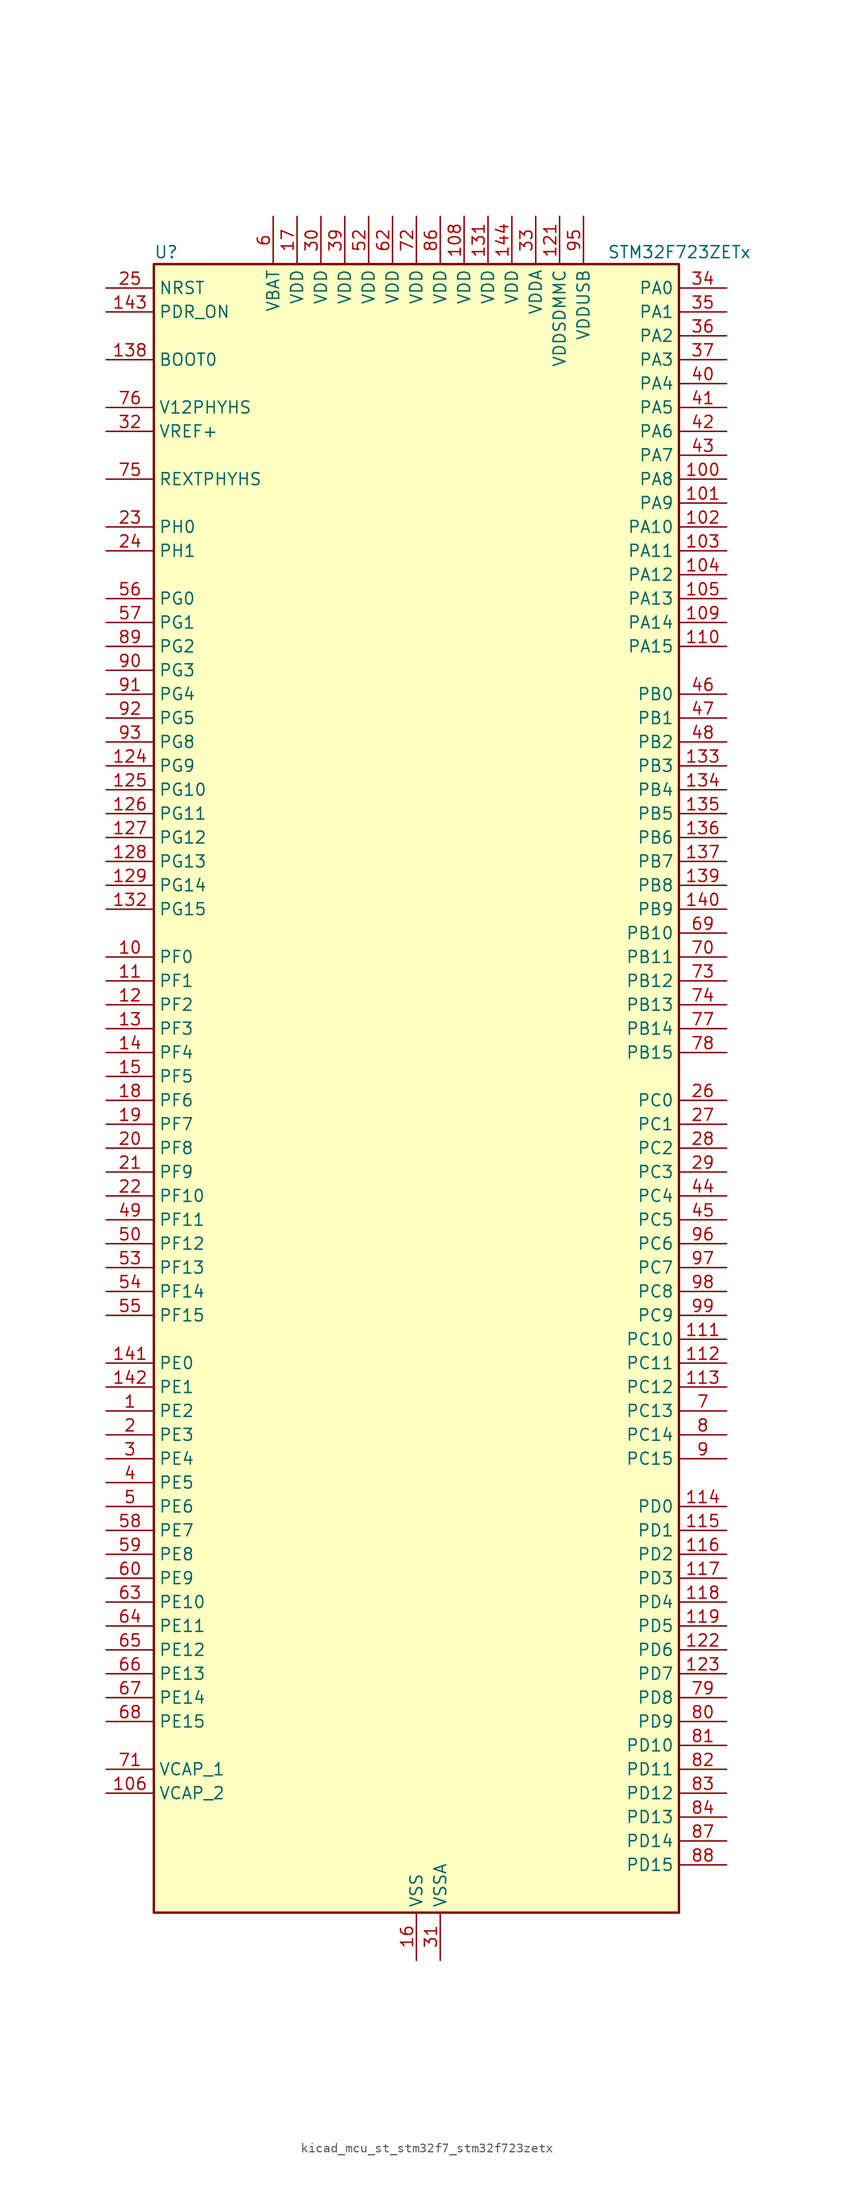
<source format=kicad_sym>
(kicad_symbol_lib
  (version 20220914)
  (generator kicad_symbol_editor)
  (symbol "kicad_mcu_st_stm32f7_stm32f723zetx"
    (property "Reference" "U"
      (at -27.94 90.17 0)
      (effects (font (size 1.27 1.27)) (justify left)))
    (property "Value" "STM32F723ZETx"
      (at 20.32 90.17 0)
      (effects (font (size 1.27 1.27)) (justify left)))
    (property "ki_locked" ""
      (at 0 0 0)
      (effects (font (size 1.27 1.27))))
    (symbol "kicad_mcu_st_stm32f7_stm32f723zetx_0_1"
      (rectangle (start -27.94 -86.36) (end 27.94 88.9) (stroke (width 0.254) (type default)) (fill (type background))))
    (symbol "kicad_mcu_st_stm32f7_stm32f723zetx_1_1"
      (pin bidirectional line (at -33.02 -33.02 0) (length 5.08) (name "PE2" (effects (font (size 1.27 1.27)))) (number "1" (effects (font (size 1.27 1.27)))) (alternate "FMC_A23" bidirectional line) (alternate "QUADSPI_BK1_IO2" bidirectional line) (alternate "SAI1_MCLK_A" bidirectional line) (alternate "SPI4_SCK" bidirectional line) (alternate "SYS_TRACECLK" bidirectional line))
      (pin bidirectional line (at -33.02 15.24 0) (length 5.08) (name "PF0" (effects (font (size 1.27 1.27)))) (number "10" (effects (font (size 1.27 1.27)))) (alternate "FMC_A0" bidirectional line) (alternate "I2C2_SDA" bidirectional line))
      (pin bidirectional line (at 33.02 66.04 180) (length 5.08) (name "PA8" (effects (font (size 1.27 1.27)))) (number "100" (effects (font (size 1.27 1.27)))) (alternate "I2C3_SCL" bidirectional line) (alternate "RCC_MCO_1" bidirectional line) (alternate "TIM1_CH1" bidirectional line) (alternate "TIM8_BKIN2" bidirectional line) (alternate "USART1_CK" bidirectional line) (alternate "USB_OTG_FS_SOF" bidirectional line))
      (pin bidirectional line (at 33.02 63.5 180) (length 5.08) (name "PA9" (effects (font (size 1.27 1.27)))) (number "101" (effects (font (size 1.27 1.27)))) (alternate "DAC_EXTI9" bidirectional line) (alternate "I2C3_SMBA" bidirectional line) (alternate "I2S2_CK" bidirectional line) (alternate "SPI2_SCK" bidirectional line) (alternate "TIM1_CH2" bidirectional line) (alternate "USART1_TX" bidirectional line) (alternate "USB_OTG_FS_VBUS" bidirectional line))
      (pin bidirectional line (at 33.02 60.96 180) (length 5.08) (name "PA10" (effects (font (size 1.27 1.27)))) (number "102" (effects (font (size 1.27 1.27)))) (alternate "TIM1_CH3" bidirectional line) (alternate "USART1_RX" bidirectional line) (alternate "USB_OTG_FS_ID" bidirectional line))
      (pin bidirectional line (at 33.02 58.42 180) (length 5.08) (name "PA11" (effects (font (size 1.27 1.27)))) (number "103" (effects (font (size 1.27 1.27)))) (alternate "ADC1_EXTI11" bidirectional line) (alternate "ADC2_EXTI11" bidirectional line) (alternate "ADC3_EXTI11" bidirectional line) (alternate "CAN1_RX" bidirectional line) (alternate "TIM1_CH4" bidirectional line) (alternate "USART1_CTS" bidirectional line) (alternate "USB_OTG_FS_DM" bidirectional line))
      (pin bidirectional line (at 33.02 55.88 180) (length 5.08) (name "PA12" (effects (font (size 1.27 1.27)))) (number "104" (effects (font (size 1.27 1.27)))) (alternate "CAN1_TX" bidirectional line) (alternate "SAI2_FS_B" bidirectional line) (alternate "TIM1_ETR" bidirectional line) (alternate "USART1_DE" bidirectional line) (alternate "USART1_RTS" bidirectional line) (alternate "USB_OTG_FS_DP" bidirectional line))
      (pin bidirectional line (at 33.02 53.34 180) (length 5.08) (name "PA13" (effects (font (size 1.27 1.27)))) (number "105" (effects (font (size 1.27 1.27)))) (alternate "SYS_JTMS-SWDIO" bidirectional line))
      (pin power_out line (at -33.02 -73.66 0) (length 5.08) (name "VCAP_2" (effects (font (size 1.27 1.27)))) (number "106" (effects (font (size 1.27 1.27)))))
      (pin passive line (at 0 -91.44 90) (length 5.08) hide (name "VSS" (effects (font (size 1.27 1.27)))) (number "107" (effects (font (size 1.27 1.27)))))
      (pin power_in line (at 5.08 93.98 270) (length 5.08) (name "VDD" (effects (font (size 1.27 1.27)))) (number "108" (effects (font (size 1.27 1.27)))))
      (pin bidirectional line (at 33.02 50.8 180) (length 5.08) (name "PA14" (effects (font (size 1.27 1.27)))) (number "109" (effects (font (size 1.27 1.27)))) (alternate "SYS_JTCK-SWCLK" bidirectional line))
      (pin bidirectional line (at -33.02 12.7 0) (length 5.08) (name "PF1" (effects (font (size 1.27 1.27)))) (number "11" (effects (font (size 1.27 1.27)))) (alternate "FMC_A1" bidirectional line) (alternate "I2C2_SCL" bidirectional line))
      (pin bidirectional line (at 33.02 48.26 180) (length 5.08) (name "PA15" (effects (font (size 1.27 1.27)))) (number "110" (effects (font (size 1.27 1.27)))) (alternate "I2S1_WS" bidirectional line) (alternate "I2S3_WS" bidirectional line) (alternate "SPI1_NSS" bidirectional line) (alternate "SPI3_NSS" bidirectional line) (alternate "SYS_JTDI" bidirectional line) (alternate "TIM2_CH1" bidirectional line) (alternate "TIM2_ETR" bidirectional line) (alternate "UART4_DE" bidirectional line) (alternate "UART4_RTS" bidirectional line))
      (pin bidirectional line (at 33.02 -25.4 180) (length 5.08) (name "PC10" (effects (font (size 1.27 1.27)))) (number "111" (effects (font (size 1.27 1.27)))) (alternate "I2S3_CK" bidirectional line) (alternate "QUADSPI_BK1_IO1" bidirectional line) (alternate "SDMMC1_D2" bidirectional line) (alternate "SPI3_SCK" bidirectional line) (alternate "UART4_TX" bidirectional line) (alternate "USART3_TX" bidirectional line))
      (pin bidirectional line (at 33.02 -27.94 180) (length 5.08) (name "PC11" (effects (font (size 1.27 1.27)))) (number "112" (effects (font (size 1.27 1.27)))) (alternate "ADC1_EXTI11" bidirectional line) (alternate "ADC2_EXTI11" bidirectional line) (alternate "ADC3_EXTI11" bidirectional line) (alternate "QUADSPI_BK2_NCS" bidirectional line) (alternate "SDMMC1_D3" bidirectional line) (alternate "SPI3_MISO" bidirectional line) (alternate "UART4_RX" bidirectional line) (alternate "USART3_RX" bidirectional line))
      (pin bidirectional line (at 33.02 -30.48 180) (length 5.08) (name "PC12" (effects (font (size 1.27 1.27)))) (number "113" (effects (font (size 1.27 1.27)))) (alternate "I2S3_SD" bidirectional line) (alternate "SDMMC1_CK" bidirectional line) (alternate "SPI3_MOSI" bidirectional line) (alternate "SYS_TRACED3" bidirectional line) (alternate "UART5_TX" bidirectional line) (alternate "USART3_CK" bidirectional line))
      (pin bidirectional line (at 33.02 -43.18 180) (length 5.08) (name "PD0" (effects (font (size 1.27 1.27)))) (number "114" (effects (font (size 1.27 1.27)))) (alternate "CAN1_RX" bidirectional line) (alternate "FMC_D2" bidirectional line) (alternate "FMC_DA2" bidirectional line))
      (pin bidirectional line (at 33.02 -45.72 180) (length 5.08) (name "PD1" (effects (font (size 1.27 1.27)))) (number "115" (effects (font (size 1.27 1.27)))) (alternate "CAN1_TX" bidirectional line) (alternate "FMC_D3" bidirectional line) (alternate "FMC_DA3" bidirectional line))
      (pin bidirectional line (at 33.02 -48.26 180) (length 5.08) (name "PD2" (effects (font (size 1.27 1.27)))) (number "116" (effects (font (size 1.27 1.27)))) (alternate "SDMMC1_CMD" bidirectional line) (alternate "SYS_TRACED2" bidirectional line) (alternate "TIM3_ETR" bidirectional line) (alternate "UART5_RX" bidirectional line))
      (pin bidirectional line (at 33.02 -50.8 180) (length 5.08) (name "PD3" (effects (font (size 1.27 1.27)))) (number "117" (effects (font (size 1.27 1.27)))) (alternate "FMC_CLK" bidirectional line) (alternate "I2S2_CK" bidirectional line) (alternate "SPI2_SCK" bidirectional line) (alternate "USART2_CTS" bidirectional line))
      (pin bidirectional line (at 33.02 -53.34 180) (length 5.08) (name "PD4" (effects (font (size 1.27 1.27)))) (number "118" (effects (font (size 1.27 1.27)))) (alternate "FMC_NOE" bidirectional line) (alternate "USART2_DE" bidirectional line) (alternate "USART2_RTS" bidirectional line))
      (pin bidirectional line (at 33.02 -55.88 180) (length 5.08) (name "PD5" (effects (font (size 1.27 1.27)))) (number "119" (effects (font (size 1.27 1.27)))) (alternate "FMC_NWE" bidirectional line) (alternate "USART2_TX" bidirectional line))
      (pin bidirectional line (at -33.02 10.16 0) (length 5.08) (name "PF2" (effects (font (size 1.27 1.27)))) (number "12" (effects (font (size 1.27 1.27)))) (alternate "FMC_A2" bidirectional line) (alternate "I2C2_SMBA" bidirectional line))
      (pin passive line (at 0 -91.44 90) (length 5.08) hide (name "VSS" (effects (font (size 1.27 1.27)))) (number "120" (effects (font (size 1.27 1.27)))))
      (pin power_in line (at 15.24 93.98 270) (length 5.08) (name "VDDSDMMC" (effects (font (size 1.27 1.27)))) (number "121" (effects (font (size 1.27 1.27)))))
      (pin bidirectional line (at 33.02 -58.42 180) (length 5.08) (name "PD6" (effects (font (size 1.27 1.27)))) (number "122" (effects (font (size 1.27 1.27)))) (alternate "FMC_NWAIT" bidirectional line) (alternate "I2S3_SD" bidirectional line) (alternate "SAI1_SD_A" bidirectional line) (alternate "SDMMC2_CK" bidirectional line) (alternate "SPI3_MOSI" bidirectional line) (alternate "USART2_RX" bidirectional line))
      (pin bidirectional line (at 33.02 -60.96 180) (length 5.08) (name "PD7" (effects (font (size 1.27 1.27)))) (number "123" (effects (font (size 1.27 1.27)))) (alternate "FMC_NE1" bidirectional line) (alternate "SDMMC2_CMD" bidirectional line) (alternate "USART2_CK" bidirectional line))
      (pin bidirectional line (at -33.02 35.56 0) (length 5.08) (name "PG9" (effects (font (size 1.27 1.27)))) (number "124" (effects (font (size 1.27 1.27)))) (alternate "DAC_EXTI9" bidirectional line) (alternate "FMC_NCE" bidirectional line) (alternate "FMC_NE2" bidirectional line) (alternate "QUADSPI_BK2_IO2" bidirectional line) (alternate "SAI2_FS_B" bidirectional line) (alternate "SDMMC2_D0" bidirectional line) (alternate "USART6_RX" bidirectional line))
      (pin bidirectional line (at -33.02 33.02 0) (length 5.08) (name "PG10" (effects (font (size 1.27 1.27)))) (number "125" (effects (font (size 1.27 1.27)))) (alternate "FMC_NE3" bidirectional line) (alternate "SAI2_SD_B" bidirectional line) (alternate "SDMMC2_D1" bidirectional line))
      (pin bidirectional line (at -33.02 30.48 0) (length 5.08) (name "PG11" (effects (font (size 1.27 1.27)))) (number "126" (effects (font (size 1.27 1.27)))) (alternate "ADC1_EXTI11" bidirectional line) (alternate "ADC2_EXTI11" bidirectional line) (alternate "ADC3_EXTI11" bidirectional line) (alternate "FMC_INT" bidirectional line) (alternate "SDMMC2_D2" bidirectional line))
      (pin bidirectional line (at -33.02 27.94 0) (length 5.08) (name "PG12" (effects (font (size 1.27 1.27)))) (number "127" (effects (font (size 1.27 1.27)))) (alternate "FMC_NE4" bidirectional line) (alternate "LPTIM1_IN1" bidirectional line) (alternate "SDMMC2_D3" bidirectional line) (alternate "USART6_DE" bidirectional line) (alternate "USART6_RTS" bidirectional line))
      (pin bidirectional line (at -33.02 25.4 0) (length 5.08) (name "PG13" (effects (font (size 1.27 1.27)))) (number "128" (effects (font (size 1.27 1.27)))) (alternate "FMC_A24" bidirectional line) (alternate "LPTIM1_OUT" bidirectional line) (alternate "SYS_TRACED0" bidirectional line) (alternate "USART6_CTS" bidirectional line))
      (pin bidirectional line (at -33.02 22.86 0) (length 5.08) (name "PG14" (effects (font (size 1.27 1.27)))) (number "129" (effects (font (size 1.27 1.27)))) (alternate "FMC_A25" bidirectional line) (alternate "LPTIM1_ETR" bidirectional line) (alternate "QUADSPI_BK2_IO3" bidirectional line) (alternate "SYS_TRACED1" bidirectional line) (alternate "USART6_TX" bidirectional line))
      (pin bidirectional line (at -33.02 7.62 0) (length 5.08) (name "PF3" (effects (font (size 1.27 1.27)))) (number "13" (effects (font (size 1.27 1.27)))) (alternate "ADC3_IN9" bidirectional line) (alternate "FMC_A3" bidirectional line))
      (pin passive line (at 0 -91.44 90) (length 5.08) hide (name "VSS" (effects (font (size 1.27 1.27)))) (number "130" (effects (font (size 1.27 1.27)))))
      (pin power_in line (at 7.62 93.98 270) (length 5.08) (name "VDD" (effects (font (size 1.27 1.27)))) (number "131" (effects (font (size 1.27 1.27)))))
      (pin bidirectional line (at -33.02 20.32 0) (length 5.08) (name "PG15" (effects (font (size 1.27 1.27)))) (number "132" (effects (font (size 1.27 1.27)))) (alternate "FMC_SDNCAS" bidirectional line) (alternate "USART6_CTS" bidirectional line))
      (pin bidirectional line (at 33.02 35.56 180) (length 5.08) (name "PB3" (effects (font (size 1.27 1.27)))) (number "133" (effects (font (size 1.27 1.27)))) (alternate "I2S1_CK" bidirectional line) (alternate "I2S3_CK" bidirectional line) (alternate "SDMMC2_D2" bidirectional line) (alternate "SPI1_SCK" bidirectional line) (alternate "SPI3_SCK" bidirectional line) (alternate "SYS_JTDO-SWO" bidirectional line) (alternate "TIM2_CH2" bidirectional line))
      (pin bidirectional line (at 33.02 33.02 180) (length 5.08) (name "PB4" (effects (font (size 1.27 1.27)))) (number "134" (effects (font (size 1.27 1.27)))) (alternate "I2S2_WS" bidirectional line) (alternate "SDMMC2_D3" bidirectional line) (alternate "SPI1_MISO" bidirectional line) (alternate "SPI2_NSS" bidirectional line) (alternate "SPI3_MISO" bidirectional line) (alternate "SYS_JTRST" bidirectional line) (alternate "TIM3_CH1" bidirectional line))
      (pin bidirectional line (at 33.02 30.48 180) (length 5.08) (name "PB5" (effects (font (size 1.27 1.27)))) (number "135" (effects (font (size 1.27 1.27)))) (alternate "FMC_SDCKE1" bidirectional line) (alternate "I2C1_SMBA" bidirectional line) (alternate "I2S1_SD" bidirectional line) (alternate "I2S3_SD" bidirectional line) (alternate "SPI1_MOSI" bidirectional line) (alternate "SPI3_MOSI" bidirectional line) (alternate "TIM3_CH2" bidirectional line))
      (pin bidirectional line (at 33.02 27.94 180) (length 5.08) (name "PB6" (effects (font (size 1.27 1.27)))) (number "136" (effects (font (size 1.27 1.27)))) (alternate "FMC_SDNE1" bidirectional line) (alternate "I2C1_SCL" bidirectional line) (alternate "QUADSPI_BK1_NCS" bidirectional line) (alternate "TIM4_CH1" bidirectional line) (alternate "USART1_TX" bidirectional line))
      (pin bidirectional line (at 33.02 25.4 180) (length 5.08) (name "PB7" (effects (font (size 1.27 1.27)))) (number "137" (effects (font (size 1.27 1.27)))) (alternate "FMC_NL" bidirectional line) (alternate "I2C1_SDA" bidirectional line) (alternate "TIM4_CH2" bidirectional line) (alternate "USART1_RX" bidirectional line))
      (pin input line (at -33.02 78.74 0) (length 5.08) (name "BOOT0" (effects (font (size 1.27 1.27)))) (number "138" (effects (font (size 1.27 1.27)))))
      (pin bidirectional line (at 33.02 22.86 180) (length 5.08) (name "PB8" (effects (font (size 1.27 1.27)))) (number "139" (effects (font (size 1.27 1.27)))) (alternate "CAN1_RX" bidirectional line) (alternate "I2C1_SCL" bidirectional line) (alternate "SDMMC1_D4" bidirectional line) (alternate "SDMMC2_D4" bidirectional line) (alternate "TIM10_CH1" bidirectional line) (alternate "TIM4_CH3" bidirectional line))
      (pin bidirectional line (at -33.02 5.08 0) (length 5.08) (name "PF4" (effects (font (size 1.27 1.27)))) (number "14" (effects (font (size 1.27 1.27)))) (alternate "ADC3_IN14" bidirectional line) (alternate "FMC_A4" bidirectional line))
      (pin bidirectional line (at 33.02 20.32 180) (length 5.08) (name "PB9" (effects (font (size 1.27 1.27)))) (number "140" (effects (font (size 1.27 1.27)))) (alternate "CAN1_TX" bidirectional line) (alternate "DAC_EXTI9" bidirectional line) (alternate "I2C1_SDA" bidirectional line) (alternate "I2S2_WS" bidirectional line) (alternate "SDMMC1_D5" bidirectional line) (alternate "SDMMC2_D5" bidirectional line) (alternate "SPI2_NSS" bidirectional line) (alternate "TIM11_CH1" bidirectional line) (alternate "TIM4_CH4" bidirectional line))
      (pin bidirectional line (at -33.02 -27.94 0) (length 5.08) (name "PE0" (effects (font (size 1.27 1.27)))) (number "141" (effects (font (size 1.27 1.27)))) (alternate "FMC_NBL0" bidirectional line) (alternate "LPTIM1_ETR" bidirectional line) (alternate "SAI2_MCLK_A" bidirectional line) (alternate "TIM4_ETR" bidirectional line) (alternate "UART8_RX" bidirectional line))
      (pin bidirectional line (at -33.02 -30.48 0) (length 5.08) (name "PE1" (effects (font (size 1.27 1.27)))) (number "142" (effects (font (size 1.27 1.27)))) (alternate "FMC_NBL1" bidirectional line) (alternate "LPTIM1_IN2" bidirectional line) (alternate "UART8_TX" bidirectional line))
      (pin input line (at -33.02 83.82 0) (length 5.08) (name "PDR_ON" (effects (font (size 1.27 1.27)))) (number "143" (effects (font (size 1.27 1.27)))))
      (pin power_in line (at 10.16 93.98 270) (length 5.08) (name "VDD" (effects (font (size 1.27 1.27)))) (number "144" (effects (font (size 1.27 1.27)))))
      (pin bidirectional line (at -33.02 2.54 0) (length 5.08) (name "PF5" (effects (font (size 1.27 1.27)))) (number "15" (effects (font (size 1.27 1.27)))) (alternate "ADC3_IN15" bidirectional line) (alternate "FMC_A5" bidirectional line))
      (pin power_in line (at 0 -91.44 90) (length 5.08) (name "VSS" (effects (font (size 1.27 1.27)))) (number "16" (effects (font (size 1.27 1.27)))))
      (pin power_in line (at -12.7 93.98 270) (length 5.08) (name "VDD" (effects (font (size 1.27 1.27)))) (number "17" (effects (font (size 1.27 1.27)))))
      (pin bidirectional line (at -33.02 0 0) (length 5.08) (name "PF6" (effects (font (size 1.27 1.27)))) (number "18" (effects (font (size 1.27 1.27)))) (alternate "ADC3_IN4" bidirectional line) (alternate "QUADSPI_BK1_IO3" bidirectional line) (alternate "SAI1_SD_B" bidirectional line) (alternate "SPI5_NSS" bidirectional line) (alternate "TIM10_CH1" bidirectional line) (alternate "UART7_RX" bidirectional line))
      (pin bidirectional line (at -33.02 -2.54 0) (length 5.08) (name "PF7" (effects (font (size 1.27 1.27)))) (number "19" (effects (font (size 1.27 1.27)))) (alternate "ADC3_IN5" bidirectional line) (alternate "QUADSPI_BK1_IO2" bidirectional line) (alternate "SAI1_MCLK_B" bidirectional line) (alternate "SPI5_SCK" bidirectional line) (alternate "TIM11_CH1" bidirectional line) (alternate "UART7_TX" bidirectional line))
      (pin bidirectional line (at -33.02 -35.56 0) (length 5.08) (name "PE3" (effects (font (size 1.27 1.27)))) (number "2" (effects (font (size 1.27 1.27)))) (alternate "FMC_A19" bidirectional line) (alternate "SAI1_SD_B" bidirectional line) (alternate "SYS_TRACED0" bidirectional line))
      (pin bidirectional line (at -33.02 -5.08 0) (length 5.08) (name "PF8" (effects (font (size 1.27 1.27)))) (number "20" (effects (font (size 1.27 1.27)))) (alternate "ADC3_IN6" bidirectional line) (alternate "QUADSPI_BK1_IO0" bidirectional line) (alternate "SAI1_SCK_B" bidirectional line) (alternate "SPI5_MISO" bidirectional line) (alternate "TIM13_CH1" bidirectional line) (alternate "UART7_DE" bidirectional line) (alternate "UART7_RTS" bidirectional line))
      (pin bidirectional line (at -33.02 -7.62 0) (length 5.08) (name "PF9" (effects (font (size 1.27 1.27)))) (number "21" (effects (font (size 1.27 1.27)))) (alternate "ADC3_IN7" bidirectional line) (alternate "DAC_EXTI9" bidirectional line) (alternate "QUADSPI_BK1_IO1" bidirectional line) (alternate "SAI1_FS_B" bidirectional line) (alternate "SPI5_MOSI" bidirectional line) (alternate "TIM14_CH1" bidirectional line) (alternate "UART7_CTS" bidirectional line))
      (pin bidirectional line (at -33.02 -10.16 0) (length 5.08) (name "PF10" (effects (font (size 1.27 1.27)))) (number "22" (effects (font (size 1.27 1.27)))) (alternate "ADC3_IN8" bidirectional line))
      (pin bidirectional line (at -33.02 60.96 0) (length 5.08) (name "PH0" (effects (font (size 1.27 1.27)))) (number "23" (effects (font (size 1.27 1.27)))) (alternate "RCC_OSC_IN" bidirectional line))
      (pin bidirectional line (at -33.02 58.42 0) (length 5.08) (name "PH1" (effects (font (size 1.27 1.27)))) (number "24" (effects (font (size 1.27 1.27)))) (alternate "RCC_OSC_OUT" bidirectional line))
      (pin input line (at -33.02 86.36 0) (length 5.08) (name "NRST" (effects (font (size 1.27 1.27)))) (number "25" (effects (font (size 1.27 1.27)))))
      (pin bidirectional line (at 33.02 0 180) (length 5.08) (name "PC0" (effects (font (size 1.27 1.27)))) (number "26" (effects (font (size 1.27 1.27)))) (alternate "ADC1_IN10" bidirectional line) (alternate "ADC2_IN10" bidirectional line) (alternate "ADC3_IN10" bidirectional line) (alternate "FMC_SDNWE" bidirectional line) (alternate "SAI2_FS_B" bidirectional line))
      (pin bidirectional line (at 33.02 -2.54 180) (length 5.08) (name "PC1" (effects (font (size 1.27 1.27)))) (number "27" (effects (font (size 1.27 1.27)))) (alternate "ADC1_IN11" bidirectional line) (alternate "ADC2_IN11" bidirectional line) (alternate "ADC3_IN11" bidirectional line) (alternate "I2S2_SD" bidirectional line) (alternate "RTC_TAMP3" bidirectional line) (alternate "RTC_TS" bidirectional line) (alternate "SAI1_SD_A" bidirectional line) (alternate "SPI2_MOSI" bidirectional line) (alternate "SYS_TRACED0" bidirectional line) (alternate "SYS_WKUP3" bidirectional line))
      (pin bidirectional line (at 33.02 -5.08 180) (length 5.08) (name "PC2" (effects (font (size 1.27 1.27)))) (number "28" (effects (font (size 1.27 1.27)))) (alternate "ADC1_IN12" bidirectional line) (alternate "ADC2_IN12" bidirectional line) (alternate "ADC3_IN12" bidirectional line) (alternate "FMC_SDNE0" bidirectional line) (alternate "SPI2_MISO" bidirectional line))
      (pin bidirectional line (at 33.02 -7.62 180) (length 5.08) (name "PC3" (effects (font (size 1.27 1.27)))) (number "29" (effects (font (size 1.27 1.27)))) (alternate "ADC1_IN13" bidirectional line) (alternate "ADC2_IN13" bidirectional line) (alternate "ADC3_IN13" bidirectional line) (alternate "FMC_SDCKE0" bidirectional line) (alternate "I2S2_SD" bidirectional line) (alternate "SPI2_MOSI" bidirectional line))
      (pin bidirectional line (at -33.02 -38.1 0) (length 5.08) (name "PE4" (effects (font (size 1.27 1.27)))) (number "3" (effects (font (size 1.27 1.27)))) (alternate "FMC_A20" bidirectional line) (alternate "SAI1_FS_A" bidirectional line) (alternate "SPI4_NSS" bidirectional line) (alternate "SYS_TRACED1" bidirectional line))
      (pin power_in line (at -10.16 93.98 270) (length 5.08) (name "VDD" (effects (font (size 1.27 1.27)))) (number "30" (effects (font (size 1.27 1.27)))))
      (pin power_in line (at 2.54 -91.44 90) (length 5.08) (name "VSSA" (effects (font (size 1.27 1.27)))) (number "31" (effects (font (size 1.27 1.27)))))
      (pin input line (at -33.02 71.12 0) (length 5.08) (name "VREF+" (effects (font (size 1.27 1.27)))) (number "32" (effects (font (size 1.27 1.27)))))
      (pin power_in line (at 12.7 93.98 270) (length 5.08) (name "VDDA" (effects (font (size 1.27 1.27)))) (number "33" (effects (font (size 1.27 1.27)))))
      (pin bidirectional line (at 33.02 86.36 180) (length 5.08) (name "PA0" (effects (font (size 1.27 1.27)))) (number "34" (effects (font (size 1.27 1.27)))) (alternate "ADC1_IN0" bidirectional line) (alternate "ADC2_IN0" bidirectional line) (alternate "ADC3_IN0" bidirectional line) (alternate "SAI2_SD_B" bidirectional line) (alternate "SYS_WKUP1" bidirectional line) (alternate "TIM2_CH1" bidirectional line) (alternate "TIM2_ETR" bidirectional line) (alternate "TIM5_CH1" bidirectional line) (alternate "TIM8_ETR" bidirectional line) (alternate "UART4_TX" bidirectional line) (alternate "USART2_CTS" bidirectional line))
      (pin bidirectional line (at 33.02 83.82 180) (length 5.08) (name "PA1" (effects (font (size 1.27 1.27)))) (number "35" (effects (font (size 1.27 1.27)))) (alternate "ADC1_IN1" bidirectional line) (alternate "ADC2_IN1" bidirectional line) (alternate "ADC3_IN1" bidirectional line) (alternate "QUADSPI_BK1_IO3" bidirectional line) (alternate "SAI2_MCLK_B" bidirectional line) (alternate "TIM2_CH2" bidirectional line) (alternate "TIM5_CH2" bidirectional line) (alternate "UART4_RX" bidirectional line) (alternate "USART2_DE" bidirectional line) (alternate "USART2_RTS" bidirectional line))
      (pin bidirectional line (at 33.02 81.28 180) (length 5.08) (name "PA2" (effects (font (size 1.27 1.27)))) (number "36" (effects (font (size 1.27 1.27)))) (alternate "ADC1_IN2" bidirectional line) (alternate "ADC2_IN2" bidirectional line) (alternate "ADC3_IN2" bidirectional line) (alternate "SAI2_SCK_B" bidirectional line) (alternate "SYS_WKUP2" bidirectional line) (alternate "TIM2_CH3" bidirectional line) (alternate "TIM5_CH3" bidirectional line) (alternate "TIM9_CH1" bidirectional line) (alternate "USART2_TX" bidirectional line))
      (pin bidirectional line (at 33.02 78.74 180) (length 5.08) (name "PA3" (effects (font (size 1.27 1.27)))) (number "37" (effects (font (size 1.27 1.27)))) (alternate "ADC1_IN3" bidirectional line) (alternate "ADC2_IN3" bidirectional line) (alternate "ADC3_IN3" bidirectional line) (alternate "TIM2_CH4" bidirectional line) (alternate "TIM5_CH4" bidirectional line) (alternate "TIM9_CH2" bidirectional line) (alternate "USART2_RX" bidirectional line))
      (pin passive line (at 0 -91.44 90) (length 5.08) hide (name "VSS" (effects (font (size 1.27 1.27)))) (number "38" (effects (font (size 1.27 1.27)))))
      (pin power_in line (at -7.62 93.98 270) (length 5.08) (name "VDD" (effects (font (size 1.27 1.27)))) (number "39" (effects (font (size 1.27 1.27)))))
      (pin bidirectional line (at -33.02 -40.64 0) (length 5.08) (name "PE5" (effects (font (size 1.27 1.27)))) (number "4" (effects (font (size 1.27 1.27)))) (alternate "FMC_A21" bidirectional line) (alternate "SAI1_SCK_A" bidirectional line) (alternate "SPI4_MISO" bidirectional line) (alternate "SYS_TRACED2" bidirectional line) (alternate "TIM9_CH1" bidirectional line))
      (pin bidirectional line (at 33.02 76.2 180) (length 5.08) (name "PA4" (effects (font (size 1.27 1.27)))) (number "40" (effects (font (size 1.27 1.27)))) (alternate "ADC1_IN4" bidirectional line) (alternate "ADC2_IN4" bidirectional line) (alternate "DAC_OUT1" bidirectional line) (alternate "I2S1_WS" bidirectional line) (alternate "I2S3_WS" bidirectional line) (alternate "SPI1_NSS" bidirectional line) (alternate "SPI3_NSS" bidirectional line) (alternate "USART2_CK" bidirectional line) (alternate "USB_OTG_HS_SOF" bidirectional line))
      (pin bidirectional line (at 33.02 73.66 180) (length 5.08) (name "PA5" (effects (font (size 1.27 1.27)))) (number "41" (effects (font (size 1.27 1.27)))) (alternate "ADC1_IN5" bidirectional line) (alternate "ADC2_IN5" bidirectional line) (alternate "DAC_OUT2" bidirectional line) (alternate "I2S1_CK" bidirectional line) (alternate "SPI1_SCK" bidirectional line) (alternate "TIM2_CH1" bidirectional line) (alternate "TIM2_ETR" bidirectional line) (alternate "TIM8_CH1N" bidirectional line))
      (pin bidirectional line (at 33.02 71.12 180) (length 5.08) (name "PA6" (effects (font (size 1.27 1.27)))) (number "42" (effects (font (size 1.27 1.27)))) (alternate "ADC1_IN6" bidirectional line) (alternate "ADC2_IN6" bidirectional line) (alternate "SPI1_MISO" bidirectional line) (alternate "TIM13_CH1" bidirectional line) (alternate "TIM1_BKIN" bidirectional line) (alternate "TIM3_CH1" bidirectional line) (alternate "TIM8_BKIN" bidirectional line))
      (pin bidirectional line (at 33.02 68.58 180) (length 5.08) (name "PA7" (effects (font (size 1.27 1.27)))) (number "43" (effects (font (size 1.27 1.27)))) (alternate "ADC1_IN7" bidirectional line) (alternate "ADC2_IN7" bidirectional line) (alternate "FMC_SDNWE" bidirectional line) (alternate "I2S1_SD" bidirectional line) (alternate "SPI1_MOSI" bidirectional line) (alternate "TIM14_CH1" bidirectional line) (alternate "TIM1_CH1N" bidirectional line) (alternate "TIM3_CH2" bidirectional line) (alternate "TIM8_CH1N" bidirectional line))
      (pin bidirectional line (at 33.02 -10.16 180) (length 5.08) (name "PC4" (effects (font (size 1.27 1.27)))) (number "44" (effects (font (size 1.27 1.27)))) (alternate "ADC1_IN14" bidirectional line) (alternate "ADC2_IN14" bidirectional line) (alternate "FMC_SDNE0" bidirectional line) (alternate "I2S1_MCK" bidirectional line))
      (pin bidirectional line (at 33.02 -12.7 180) (length 5.08) (name "PC5" (effects (font (size 1.27 1.27)))) (number "45" (effects (font (size 1.27 1.27)))) (alternate "ADC1_IN15" bidirectional line) (alternate "ADC2_IN15" bidirectional line) (alternate "FMC_SDCKE0" bidirectional line))
      (pin bidirectional line (at 33.02 43.18 180) (length 5.08) (name "PB0" (effects (font (size 1.27 1.27)))) (number "46" (effects (font (size 1.27 1.27)))) (alternate "ADC1_IN8" bidirectional line) (alternate "ADC2_IN8" bidirectional line) (alternate "TIM1_CH2N" bidirectional line) (alternate "TIM3_CH3" bidirectional line) (alternate "TIM8_CH2N" bidirectional line) (alternate "UART4_CTS" bidirectional line))
      (pin bidirectional line (at 33.02 40.64 180) (length 5.08) (name "PB1" (effects (font (size 1.27 1.27)))) (number "47" (effects (font (size 1.27 1.27)))) (alternate "ADC1_IN9" bidirectional line) (alternate "ADC2_IN9" bidirectional line) (alternate "TIM1_CH3N" bidirectional line) (alternate "TIM3_CH4" bidirectional line) (alternate "TIM8_CH3N" bidirectional line))
      (pin bidirectional line (at 33.02 38.1 180) (length 5.08) (name "PB2" (effects (font (size 1.27 1.27)))) (number "48" (effects (font (size 1.27 1.27)))) (alternate "I2S3_SD" bidirectional line) (alternate "QUADSPI_CLK" bidirectional line) (alternate "SAI1_SD_A" bidirectional line) (alternate "SPI3_MOSI" bidirectional line))
      (pin bidirectional line (at -33.02 -12.7 0) (length 5.08) (name "PF11" (effects (font (size 1.27 1.27)))) (number "49" (effects (font (size 1.27 1.27)))) (alternate "ADC1_EXTI11" bidirectional line) (alternate "ADC2_EXTI11" bidirectional line) (alternate "ADC3_EXTI11" bidirectional line) (alternate "FMC_SDNRAS" bidirectional line) (alternate "SAI2_SD_B" bidirectional line) (alternate "SPI5_MOSI" bidirectional line))
      (pin bidirectional line (at -33.02 -43.18 0) (length 5.08) (name "PE6" (effects (font (size 1.27 1.27)))) (number "5" (effects (font (size 1.27 1.27)))) (alternate "FMC_A22" bidirectional line) (alternate "SAI1_SD_A" bidirectional line) (alternate "SAI2_MCLK_B" bidirectional line) (alternate "SPI4_MOSI" bidirectional line) (alternate "SYS_TRACED3" bidirectional line) (alternate "TIM1_BKIN2" bidirectional line) (alternate "TIM9_CH2" bidirectional line))
      (pin bidirectional line (at -33.02 -15.24 0) (length 5.08) (name "PF12" (effects (font (size 1.27 1.27)))) (number "50" (effects (font (size 1.27 1.27)))) (alternate "FMC_A6" bidirectional line))
      (pin passive line (at 0 -91.44 90) (length 5.08) hide (name "VSS" (effects (font (size 1.27 1.27)))) (number "51" (effects (font (size 1.27 1.27)))))
      (pin power_in line (at -5.08 93.98 270) (length 5.08) (name "VDD" (effects (font (size 1.27 1.27)))) (number "52" (effects (font (size 1.27 1.27)))))
      (pin bidirectional line (at -33.02 -17.78 0) (length 5.08) (name "PF13" (effects (font (size 1.27 1.27)))) (number "53" (effects (font (size 1.27 1.27)))) (alternate "FMC_A7" bidirectional line))
      (pin bidirectional line (at -33.02 -20.32 0) (length 5.08) (name "PF14" (effects (font (size 1.27 1.27)))) (number "54" (effects (font (size 1.27 1.27)))) (alternate "FMC_A8" bidirectional line))
      (pin bidirectional line (at -33.02 -22.86 0) (length 5.08) (name "PF15" (effects (font (size 1.27 1.27)))) (number "55" (effects (font (size 1.27 1.27)))) (alternate "FMC_A9" bidirectional line))
      (pin bidirectional line (at -33.02 53.34 0) (length 5.08) (name "PG0" (effects (font (size 1.27 1.27)))) (number "56" (effects (font (size 1.27 1.27)))) (alternate "FMC_A10" bidirectional line))
      (pin bidirectional line (at -33.02 50.8 0) (length 5.08) (name "PG1" (effects (font (size 1.27 1.27)))) (number "57" (effects (font (size 1.27 1.27)))) (alternate "FMC_A11" bidirectional line))
      (pin bidirectional line (at -33.02 -45.72 0) (length 5.08) (name "PE7" (effects (font (size 1.27 1.27)))) (number "58" (effects (font (size 1.27 1.27)))) (alternate "FMC_D4" bidirectional line) (alternate "FMC_DA4" bidirectional line) (alternate "QUADSPI_BK2_IO0" bidirectional line) (alternate "TIM1_ETR" bidirectional line) (alternate "UART7_RX" bidirectional line))
      (pin bidirectional line (at -33.02 -48.26 0) (length 5.08) (name "PE8" (effects (font (size 1.27 1.27)))) (number "59" (effects (font (size 1.27 1.27)))) (alternate "FMC_D5" bidirectional line) (alternate "FMC_DA5" bidirectional line) (alternate "QUADSPI_BK2_IO1" bidirectional line) (alternate "TIM1_CH1N" bidirectional line) (alternate "UART7_TX" bidirectional line))
      (pin power_in line (at -15.24 93.98 270) (length 5.08) (name "VBAT" (effects (font (size 1.27 1.27)))) (number "6" (effects (font (size 1.27 1.27)))))
      (pin bidirectional line (at -33.02 -50.8 0) (length 5.08) (name "PE9" (effects (font (size 1.27 1.27)))) (number "60" (effects (font (size 1.27 1.27)))) (alternate "DAC_EXTI9" bidirectional line) (alternate "FMC_D6" bidirectional line) (alternate "FMC_DA6" bidirectional line) (alternate "QUADSPI_BK2_IO2" bidirectional line) (alternate "TIM1_CH1" bidirectional line) (alternate "UART7_DE" bidirectional line) (alternate "UART7_RTS" bidirectional line))
      (pin passive line (at 0 -91.44 90) (length 5.08) hide (name "VSS" (effects (font (size 1.27 1.27)))) (number "61" (effects (font (size 1.27 1.27)))))
      (pin power_in line (at -2.54 93.98 270) (length 5.08) (name "VDD" (effects (font (size 1.27 1.27)))) (number "62" (effects (font (size 1.27 1.27)))))
      (pin bidirectional line (at -33.02 -53.34 0) (length 5.08) (name "PE10" (effects (font (size 1.27 1.27)))) (number "63" (effects (font (size 1.27 1.27)))) (alternate "FMC_D7" bidirectional line) (alternate "FMC_DA7" bidirectional line) (alternate "QUADSPI_BK2_IO3" bidirectional line) (alternate "TIM1_CH2N" bidirectional line) (alternate "UART7_CTS" bidirectional line))
      (pin bidirectional line (at -33.02 -55.88 0) (length 5.08) (name "PE11" (effects (font (size 1.27 1.27)))) (number "64" (effects (font (size 1.27 1.27)))) (alternate "ADC1_EXTI11" bidirectional line) (alternate "ADC2_EXTI11" bidirectional line) (alternate "ADC3_EXTI11" bidirectional line) (alternate "FMC_D8" bidirectional line) (alternate "FMC_DA8" bidirectional line) (alternate "SAI2_SD_B" bidirectional line) (alternate "SPI4_NSS" bidirectional line) (alternate "TIM1_CH2" bidirectional line))
      (pin bidirectional line (at -33.02 -58.42 0) (length 5.08) (name "PE12" (effects (font (size 1.27 1.27)))) (number "65" (effects (font (size 1.27 1.27)))) (alternate "FMC_D9" bidirectional line) (alternate "FMC_DA9" bidirectional line) (alternate "SAI2_SCK_B" bidirectional line) (alternate "SPI4_SCK" bidirectional line) (alternate "TIM1_CH3N" bidirectional line))
      (pin bidirectional line (at -33.02 -60.96 0) (length 5.08) (name "PE13" (effects (font (size 1.27 1.27)))) (number "66" (effects (font (size 1.27 1.27)))) (alternate "FMC_D10" bidirectional line) (alternate "FMC_DA10" bidirectional line) (alternate "SAI2_FS_B" bidirectional line) (alternate "SPI4_MISO" bidirectional line) (alternate "TIM1_CH3" bidirectional line))
      (pin bidirectional line (at -33.02 -63.5 0) (length 5.08) (name "PE14" (effects (font (size 1.27 1.27)))) (number "67" (effects (font (size 1.27 1.27)))) (alternate "FMC_D11" bidirectional line) (alternate "FMC_DA11" bidirectional line) (alternate "SAI2_MCLK_B" bidirectional line) (alternate "SPI4_MOSI" bidirectional line) (alternate "TIM1_CH4" bidirectional line))
      (pin bidirectional line (at -33.02 -66.04 0) (length 5.08) (name "PE15" (effects (font (size 1.27 1.27)))) (number "68" (effects (font (size 1.27 1.27)))) (alternate "FMC_D12" bidirectional line) (alternate "FMC_DA12" bidirectional line) (alternate "TIM1_BKIN" bidirectional line))
      (pin bidirectional line (at 33.02 17.78 180) (length 5.08) (name "PB10" (effects (font (size 1.27 1.27)))) (number "69" (effects (font (size 1.27 1.27)))) (alternate "I2C2_SCL" bidirectional line) (alternate "I2S2_CK" bidirectional line) (alternate "SPI2_SCK" bidirectional line) (alternate "TIM2_CH3" bidirectional line) (alternate "USART3_TX" bidirectional line))
      (pin bidirectional line (at 33.02 -33.02 180) (length 5.08) (name "PC13" (effects (font (size 1.27 1.27)))) (number "7" (effects (font (size 1.27 1.27)))) (alternate "RTC_OUT" bidirectional line) (alternate "RTC_TAMP1" bidirectional line) (alternate "RTC_TS" bidirectional line) (alternate "SYS_WKUP4" bidirectional line))
      (pin bidirectional line (at 33.02 15.24 180) (length 5.08) (name "PB11" (effects (font (size 1.27 1.27)))) (number "70" (effects (font (size 1.27 1.27)))) (alternate "ADC1_EXTI11" bidirectional line) (alternate "ADC2_EXTI11" bidirectional line) (alternate "ADC3_EXTI11" bidirectional line) (alternate "I2C2_SDA" bidirectional line) (alternate "TIM2_CH4" bidirectional line) (alternate "USART3_RX" bidirectional line))
      (pin power_out line (at -33.02 -71.12 0) (length 5.08) (name "VCAP_1" (effects (font (size 1.27 1.27)))) (number "71" (effects (font (size 1.27 1.27)))))
      (pin power_in line (at 0 93.98 270) (length 5.08) (name "VDD" (effects (font (size 1.27 1.27)))) (number "72" (effects (font (size 1.27 1.27)))))
      (pin bidirectional line (at 33.02 12.7 180) (length 5.08) (name "PB12" (effects (font (size 1.27 1.27)))) (number "73" (effects (font (size 1.27 1.27)))) (alternate "I2C2_SMBA" bidirectional line) (alternate "I2S2_WS" bidirectional line) (alternate "SPI2_NSS" bidirectional line) (alternate "TIM1_BKIN" bidirectional line) (alternate "USART3_CK" bidirectional line) (alternate "USB_OTG_HS_ID" bidirectional line))
      (pin bidirectional line (at 33.02 10.16 180) (length 5.08) (name "PB13" (effects (font (size 1.27 1.27)))) (number "74" (effects (font (size 1.27 1.27)))) (alternate "I2S2_CK" bidirectional line) (alternate "SPI2_SCK" bidirectional line) (alternate "TIM1_CH1N" bidirectional line) (alternate "USART3_CTS" bidirectional line) (alternate "USB_OTG_HS_VBUS" bidirectional line))
      (pin bidirectional line (at -33.02 66.04 0) (length 5.08) (name "REXTPHYHS" (effects (font (size 1.27 1.27)))) (number "75" (effects (font (size 1.27 1.27)))) (alternate "USB_OTG_HS_REXTPHYHS" bidirectional line))
      (pin power_in line (at -33.02 73.66 0) (length 5.08) (name "V12PHYHS" (effects (font (size 1.27 1.27)))) (number "76" (effects (font (size 1.27 1.27)))))
      (pin bidirectional line (at 33.02 7.62 180) (length 5.08) (name "PB14" (effects (font (size 1.27 1.27)))) (number "77" (effects (font (size 1.27 1.27)))) (alternate "USB_OTG_HS_DM" bidirectional line))
      (pin bidirectional line (at 33.02 5.08 180) (length 5.08) (name "PB15" (effects (font (size 1.27 1.27)))) (number "78" (effects (font (size 1.27 1.27)))) (alternate "USB_OTG_HS_DP" bidirectional line))
      (pin bidirectional line (at 33.02 -63.5 180) (length 5.08) (name "PD8" (effects (font (size 1.27 1.27)))) (number "79" (effects (font (size 1.27 1.27)))) (alternate "FMC_D13" bidirectional line) (alternate "FMC_DA13" bidirectional line) (alternate "USART3_TX" bidirectional line))
      (pin bidirectional line (at 33.02 -35.56 180) (length 5.08) (name "PC14" (effects (font (size 1.27 1.27)))) (number "8" (effects (font (size 1.27 1.27)))) (alternate "RCC_OSC32_IN" bidirectional line))
      (pin bidirectional line (at 33.02 -66.04 180) (length 5.08) (name "PD9" (effects (font (size 1.27 1.27)))) (number "80" (effects (font (size 1.27 1.27)))) (alternate "DAC_EXTI9" bidirectional line) (alternate "FMC_D14" bidirectional line) (alternate "FMC_DA14" bidirectional line) (alternate "USART3_RX" bidirectional line))
      (pin bidirectional line (at 33.02 -68.58 180) (length 5.08) (name "PD10" (effects (font (size 1.27 1.27)))) (number "81" (effects (font (size 1.27 1.27)))) (alternate "FMC_D15" bidirectional line) (alternate "FMC_DA15" bidirectional line) (alternate "USART3_CK" bidirectional line))
      (pin bidirectional line (at 33.02 -71.12 180) (length 5.08) (name "PD11" (effects (font (size 1.27 1.27)))) (number "82" (effects (font (size 1.27 1.27)))) (alternate "ADC1_EXTI11" bidirectional line) (alternate "ADC2_EXTI11" bidirectional line) (alternate "ADC3_EXTI11" bidirectional line) (alternate "FMC_A16" bidirectional line) (alternate "FMC_CLE" bidirectional line) (alternate "QUADSPI_BK1_IO0" bidirectional line) (alternate "SAI2_SD_A" bidirectional line) (alternate "USART3_CTS" bidirectional line))
      (pin bidirectional line (at 33.02 -73.66 180) (length 5.08) (name "PD12" (effects (font (size 1.27 1.27)))) (number "83" (effects (font (size 1.27 1.27)))) (alternate "FMC_A17" bidirectional line) (alternate "FMC_ALE" bidirectional line) (alternate "LPTIM1_IN1" bidirectional line) (alternate "QUADSPI_BK1_IO1" bidirectional line) (alternate "SAI2_FS_A" bidirectional line) (alternate "TIM4_CH1" bidirectional line) (alternate "USART3_DE" bidirectional line) (alternate "USART3_RTS" bidirectional line))
      (pin bidirectional line (at 33.02 -76.2 180) (length 5.08) (name "PD13" (effects (font (size 1.27 1.27)))) (number "84" (effects (font (size 1.27 1.27)))) (alternate "FMC_A18" bidirectional line) (alternate "LPTIM1_OUT" bidirectional line) (alternate "QUADSPI_BK1_IO3" bidirectional line) (alternate "SAI2_SCK_A" bidirectional line) (alternate "TIM4_CH2" bidirectional line))
      (pin passive line (at 0 -91.44 90) (length 5.08) hide (name "VSS" (effects (font (size 1.27 1.27)))) (number "85" (effects (font (size 1.27 1.27)))))
      (pin power_in line (at 2.54 93.98 270) (length 5.08) (name "VDD" (effects (font (size 1.27 1.27)))) (number "86" (effects (font (size 1.27 1.27)))))
      (pin bidirectional line (at 33.02 -78.74 180) (length 5.08) (name "PD14" (effects (font (size 1.27 1.27)))) (number "87" (effects (font (size 1.27 1.27)))) (alternate "FMC_D0" bidirectional line) (alternate "FMC_DA0" bidirectional line) (alternate "TIM4_CH3" bidirectional line) (alternate "UART8_CTS" bidirectional line))
      (pin bidirectional line (at 33.02 -81.28 180) (length 5.08) (name "PD15" (effects (font (size 1.27 1.27)))) (number "88" (effects (font (size 1.27 1.27)))) (alternate "FMC_D1" bidirectional line) (alternate "FMC_DA1" bidirectional line) (alternate "TIM4_CH4" bidirectional line) (alternate "UART8_DE" bidirectional line) (alternate "UART8_RTS" bidirectional line))
      (pin bidirectional line (at -33.02 48.26 0) (length 5.08) (name "PG2" (effects (font (size 1.27 1.27)))) (number "89" (effects (font (size 1.27 1.27)))) (alternate "FMC_A12" bidirectional line))
      (pin bidirectional line (at 33.02 -38.1 180) (length 5.08) (name "PC15" (effects (font (size 1.27 1.27)))) (number "9" (effects (font (size 1.27 1.27)))) (alternate "RCC_OSC32_OUT" bidirectional line))
      (pin bidirectional line (at -33.02 45.72 0) (length 5.08) (name "PG3" (effects (font (size 1.27 1.27)))) (number "90" (effects (font (size 1.27 1.27)))) (alternate "FMC_A13" bidirectional line))
      (pin bidirectional line (at -33.02 43.18 0) (length 5.08) (name "PG4" (effects (font (size 1.27 1.27)))) (number "91" (effects (font (size 1.27 1.27)))) (alternate "FMC_A14" bidirectional line) (alternate "FMC_BA0" bidirectional line))
      (pin bidirectional line (at -33.02 40.64 0) (length 5.08) (name "PG5" (effects (font (size 1.27 1.27)))) (number "92" (effects (font (size 1.27 1.27)))) (alternate "FMC_A15" bidirectional line) (alternate "FMC_BA1" bidirectional line))
      (pin bidirectional line (at -33.02 38.1 0) (length 5.08) (name "PG8" (effects (font (size 1.27 1.27)))) (number "93" (effects (font (size 1.27 1.27)))) (alternate "FMC_SDCLK" bidirectional line) (alternate "USART6_DE" bidirectional line) (alternate "USART6_RTS" bidirectional line))
      (pin passive line (at 0 -91.44 90) (length 5.08) hide (name "VSS" (effects (font (size 1.27 1.27)))) (number "94" (effects (font (size 1.27 1.27)))))
      (pin power_in line (at 17.78 93.98 270) (length 5.08) (name "VDDUSB" (effects (font (size 1.27 1.27)))) (number "95" (effects (font (size 1.27 1.27)))))
      (pin bidirectional line (at 33.02 -15.24 180) (length 5.08) (name "PC6" (effects (font (size 1.27 1.27)))) (number "96" (effects (font (size 1.27 1.27)))) (alternate "I2S2_MCK" bidirectional line) (alternate "SDMMC1_D6" bidirectional line) (alternate "SDMMC2_D6" bidirectional line) (alternate "TIM3_CH1" bidirectional line) (alternate "TIM8_CH1" bidirectional line) (alternate "USART6_TX" bidirectional line))
      (pin bidirectional line (at 33.02 -17.78 180) (length 5.08) (name "PC7" (effects (font (size 1.27 1.27)))) (number "97" (effects (font (size 1.27 1.27)))) (alternate "I2S3_MCK" bidirectional line) (alternate "SDMMC1_D7" bidirectional line) (alternate "SDMMC2_D7" bidirectional line) (alternate "TIM3_CH2" bidirectional line) (alternate "TIM8_CH2" bidirectional line) (alternate "USART6_RX" bidirectional line))
      (pin bidirectional line (at 33.02 -20.32 180) (length 5.08) (name "PC8" (effects (font (size 1.27 1.27)))) (number "98" (effects (font (size 1.27 1.27)))) (alternate "SDMMC1_D0" bidirectional line) (alternate "SYS_TRACED1" bidirectional line) (alternate "TIM3_CH3" bidirectional line) (alternate "TIM8_CH3" bidirectional line) (alternate "UART5_DE" bidirectional line) (alternate "UART5_RTS" bidirectional line) (alternate "USART6_CK" bidirectional line))
      (pin bidirectional line (at 33.02 -22.86 180) (length 5.08) (name "PC9" (effects (font (size 1.27 1.27)))) (number "99" (effects (font (size 1.27 1.27)))) (alternate "DAC_EXTI9" bidirectional line) (alternate "I2C3_SDA" bidirectional line) (alternate "I2S_CKIN" bidirectional line) (alternate "QUADSPI_BK1_IO0" bidirectional line) (alternate "RCC_MCO_2" bidirectional line) (alternate "SDMMC1_D1" bidirectional line) (alternate "TIM3_CH4" bidirectional line) (alternate "TIM8_CH4" bidirectional line) (alternate "UART5_CTS" bidirectional line)))))
</source>
